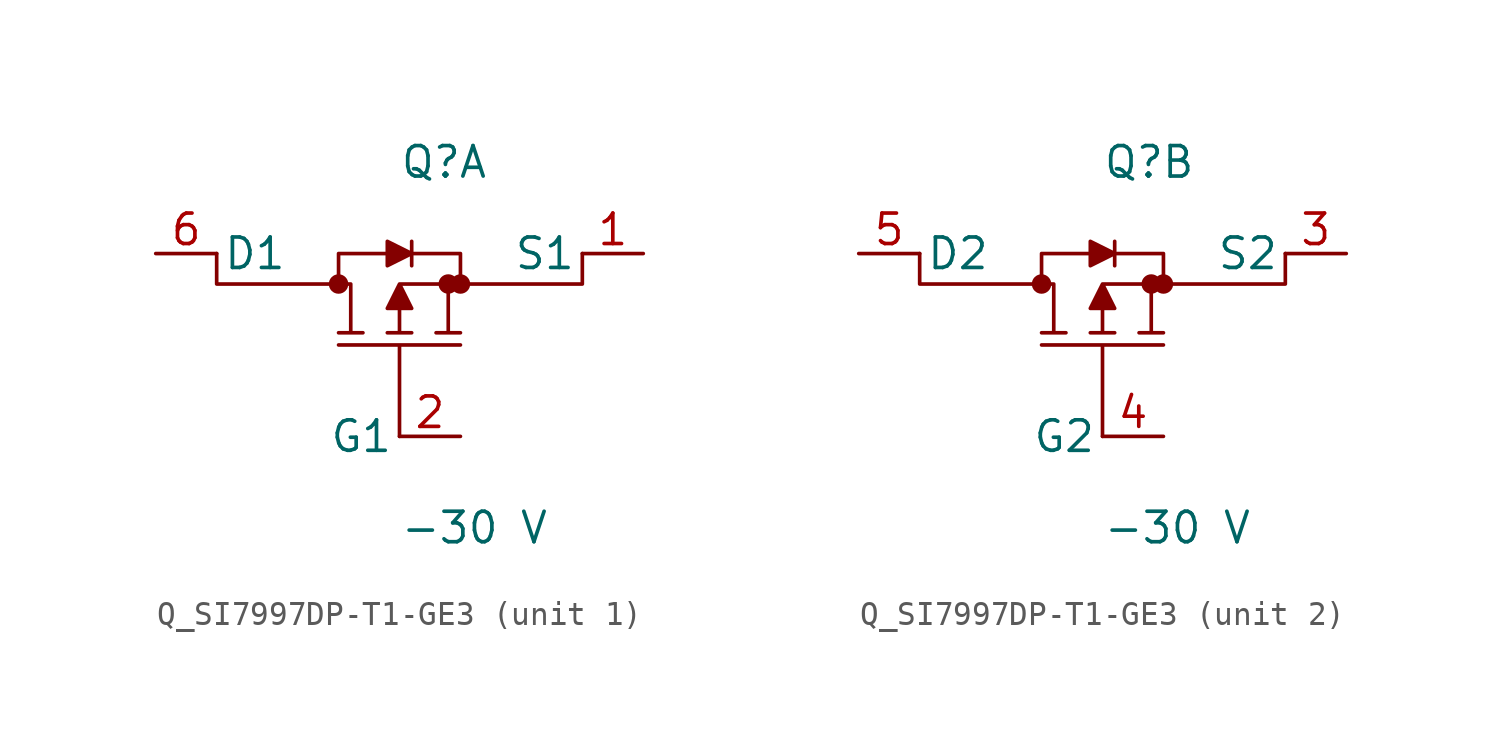
<source format=kicad_sym>
(kicad_symbol_lib
  (version 20231120)
  (generator kicad_symbol_editor)
  (generator_version 8.0)
  (symbol "Q_SI7997DP-T1-GE3"
    (pin_names
      (offset 0.254))
    (property "Reference" "Q"
      (at 0 7.62 0)
      (effects (font (size 1.27 1.27)) (justify left)))
    (property "Value" "-30 V"
      (at 0 -7.62 0)
      (effects (font (size 1.27 1.27)) (justify left)))
    (symbol "Q_SI7997DP-T1-GE3_1_0"
      (polyline (pts (xy 0 -3.81) (xy 0 0.0) (xy -2.54 0.0) (xy 2.54 0.0) (xy 0 0.0) (xy 0 -3.81)) (stroke (width 0) (type default)) (fill (type outline)))
      (polyline (pts (xy -7.62 3.81) (xy -7.62 2.54) (xy -2.54 2.54) (xy -2.032 2.54) (xy -2.032 0.508) (xy -2.54 0.508) (xy -1.524 0.508) (xy -2.032 0.508) (xy -2.032 2.54) (xy -2.54 2.54) (xy -2.54 3.81) (xy -0.508 3.81) (xy -0.508 3.302) (xy 0.508 3.81) (xy 0.508 3.302) (xy 0.508 3.81) (xy 2.54 3.81) (xy 2.54 2.54) (xy 0 2.54) (xy -0.508 1.524) (xy 0 1.524) (xy 0 0.508) (xy -0.508 0.508) (xy 0.508 0.508) (xy 0 0.508) (xy 0 1.524) (xy 0.508 1.524) (xy 0 2.54) (xy 2.032 2.54) (xy 2.032 0.508) (xy 1.524 0.508) (xy 2.54 0.508) (xy 2.032 0.508) (xy 2.032 2.54) (xy 2.54 2.54) (xy 7.62 2.54) (xy 7.62 3.81) (xy 7.62 3.81) (xy 7.62 2.54) (xy 2.54 2.54) (xy 2.54 3.81) (xy 0.508 3.81) (xy 0.508 4.318) (xy 0.508 3.81) (xy -0.508 4.318) (xy -0.508 3.81) (xy -2.54 3.81) (xy -2.54 2.54) (xy -7.62 2.54) (xy -7.62 3.81)) (stroke (width 0) (type default)) (fill (type outline)))
      (circle (center -2.54 2.54) (radius 0.025) (stroke (width 0.381) (type default)) (fill (type none)))
      (circle (center 2.032 2.54) (radius 0.025) (stroke (width 0.381) (type default)) (fill (type none)))
      (circle (center 2.54 2.54) (radius 0.025) (stroke (width 0.381) (type default)) (fill (type none)))
      (pin unspecified line (at 10.16 3.81 180) (length 2.54) (name "S1" (effects (font (size 1.27 1.27)))) (number "1" (effects (font (size 1.27 1.27)))))
      (pin unspecified line (at 2.54 -3.81 180) (length 2.54) (name "G1" (effects (font (size 1.27 1.27)))) (number "2" (effects (font (size 1.27 1.27)))))
      (pin unspecified line (at -10.16 3.81 0) (length 2.54) (name "D1" (effects (font (size 1.27 1.27)))) (number "6" (effects (font (size 1.27 1.27))))))
    (symbol "Q_SI7997DP-T1-GE3_2_0"
      (polyline (pts (xy 0 -3.81) (xy 0 0.0) (xy -2.54 0.0) (xy 2.54 0.0) (xy 0 0.0) (xy 0 -3.81)) (stroke (width 0) (type default)) (fill (type outline)))
      (polyline (pts (xy -7.62 3.81) (xy -7.62 2.54) (xy -2.54 2.54) (xy -2.032 2.54) (xy -2.032 0.508) (xy -2.54 0.508) (xy -1.524 0.508) (xy -2.032 0.508) (xy -2.032 2.54) (xy -2.54 2.54) (xy -2.54 3.81) (xy -0.508 3.81) (xy -0.508 3.302) (xy 0.508 3.81) (xy 0.508 3.302) (xy 0.508 3.81) (xy 2.54 3.81) (xy 2.54 2.54) (xy 0 2.54) (xy -0.508 1.524) (xy 0 1.524) (xy 0 0.508) (xy -0.508 0.508) (xy 0.508 0.508) (xy 0 0.508) (xy 0 1.524) (xy 0.508 1.524) (xy 0 2.54) (xy 2.032 2.54) (xy 2.032 0.508) (xy 1.524 0.508) (xy 2.54 0.508) (xy 2.032 0.508) (xy 2.032 2.54) (xy 2.54 2.54) (xy 7.62 2.54) (xy 7.62 3.81) (xy 7.62 3.81) (xy 7.62 2.54) (xy 2.54 2.54) (xy 2.54 3.81) (xy 0.508 3.81) (xy 0.508 4.318) (xy 0.508 3.81) (xy -0.508 4.318) (xy -0.508 3.81) (xy -2.54 3.81) (xy -2.54 2.54) (xy -7.62 2.54) (xy -7.62 3.81)) (stroke (width 0) (type default)) (fill (type outline)))
      (circle (center -2.54 2.54) (radius 0.025) (stroke (width 0.381) (type default)) (fill (type none)))
      (circle (center 2.032 2.54) (radius 0.025) (stroke (width 0.381) (type default)) (fill (type none)))
      (circle (center 2.54 2.54) (radius 0.025) (stroke (width 0.381) (type default)) (fill (type none)))
      (pin unspecified line (at 10.16 3.81 180) (length 2.54) (name "S2" (effects (font (size 1.27 1.27)))) (number "3" (effects (font (size 1.27 1.27)))))
      (pin unspecified line (at 2.54 -3.81 180) (length 2.54) (name "G2" (effects (font (size 1.27 1.27)))) (number "4" (effects (font (size 1.27 1.27)))))
      (pin unspecified line (at -10.16 3.81 0) (length 2.54) (name "D2" (effects (font (size 1.27 1.27)))) (number "5" (effects (font (size 1.27 1.27))))))))
</source>
